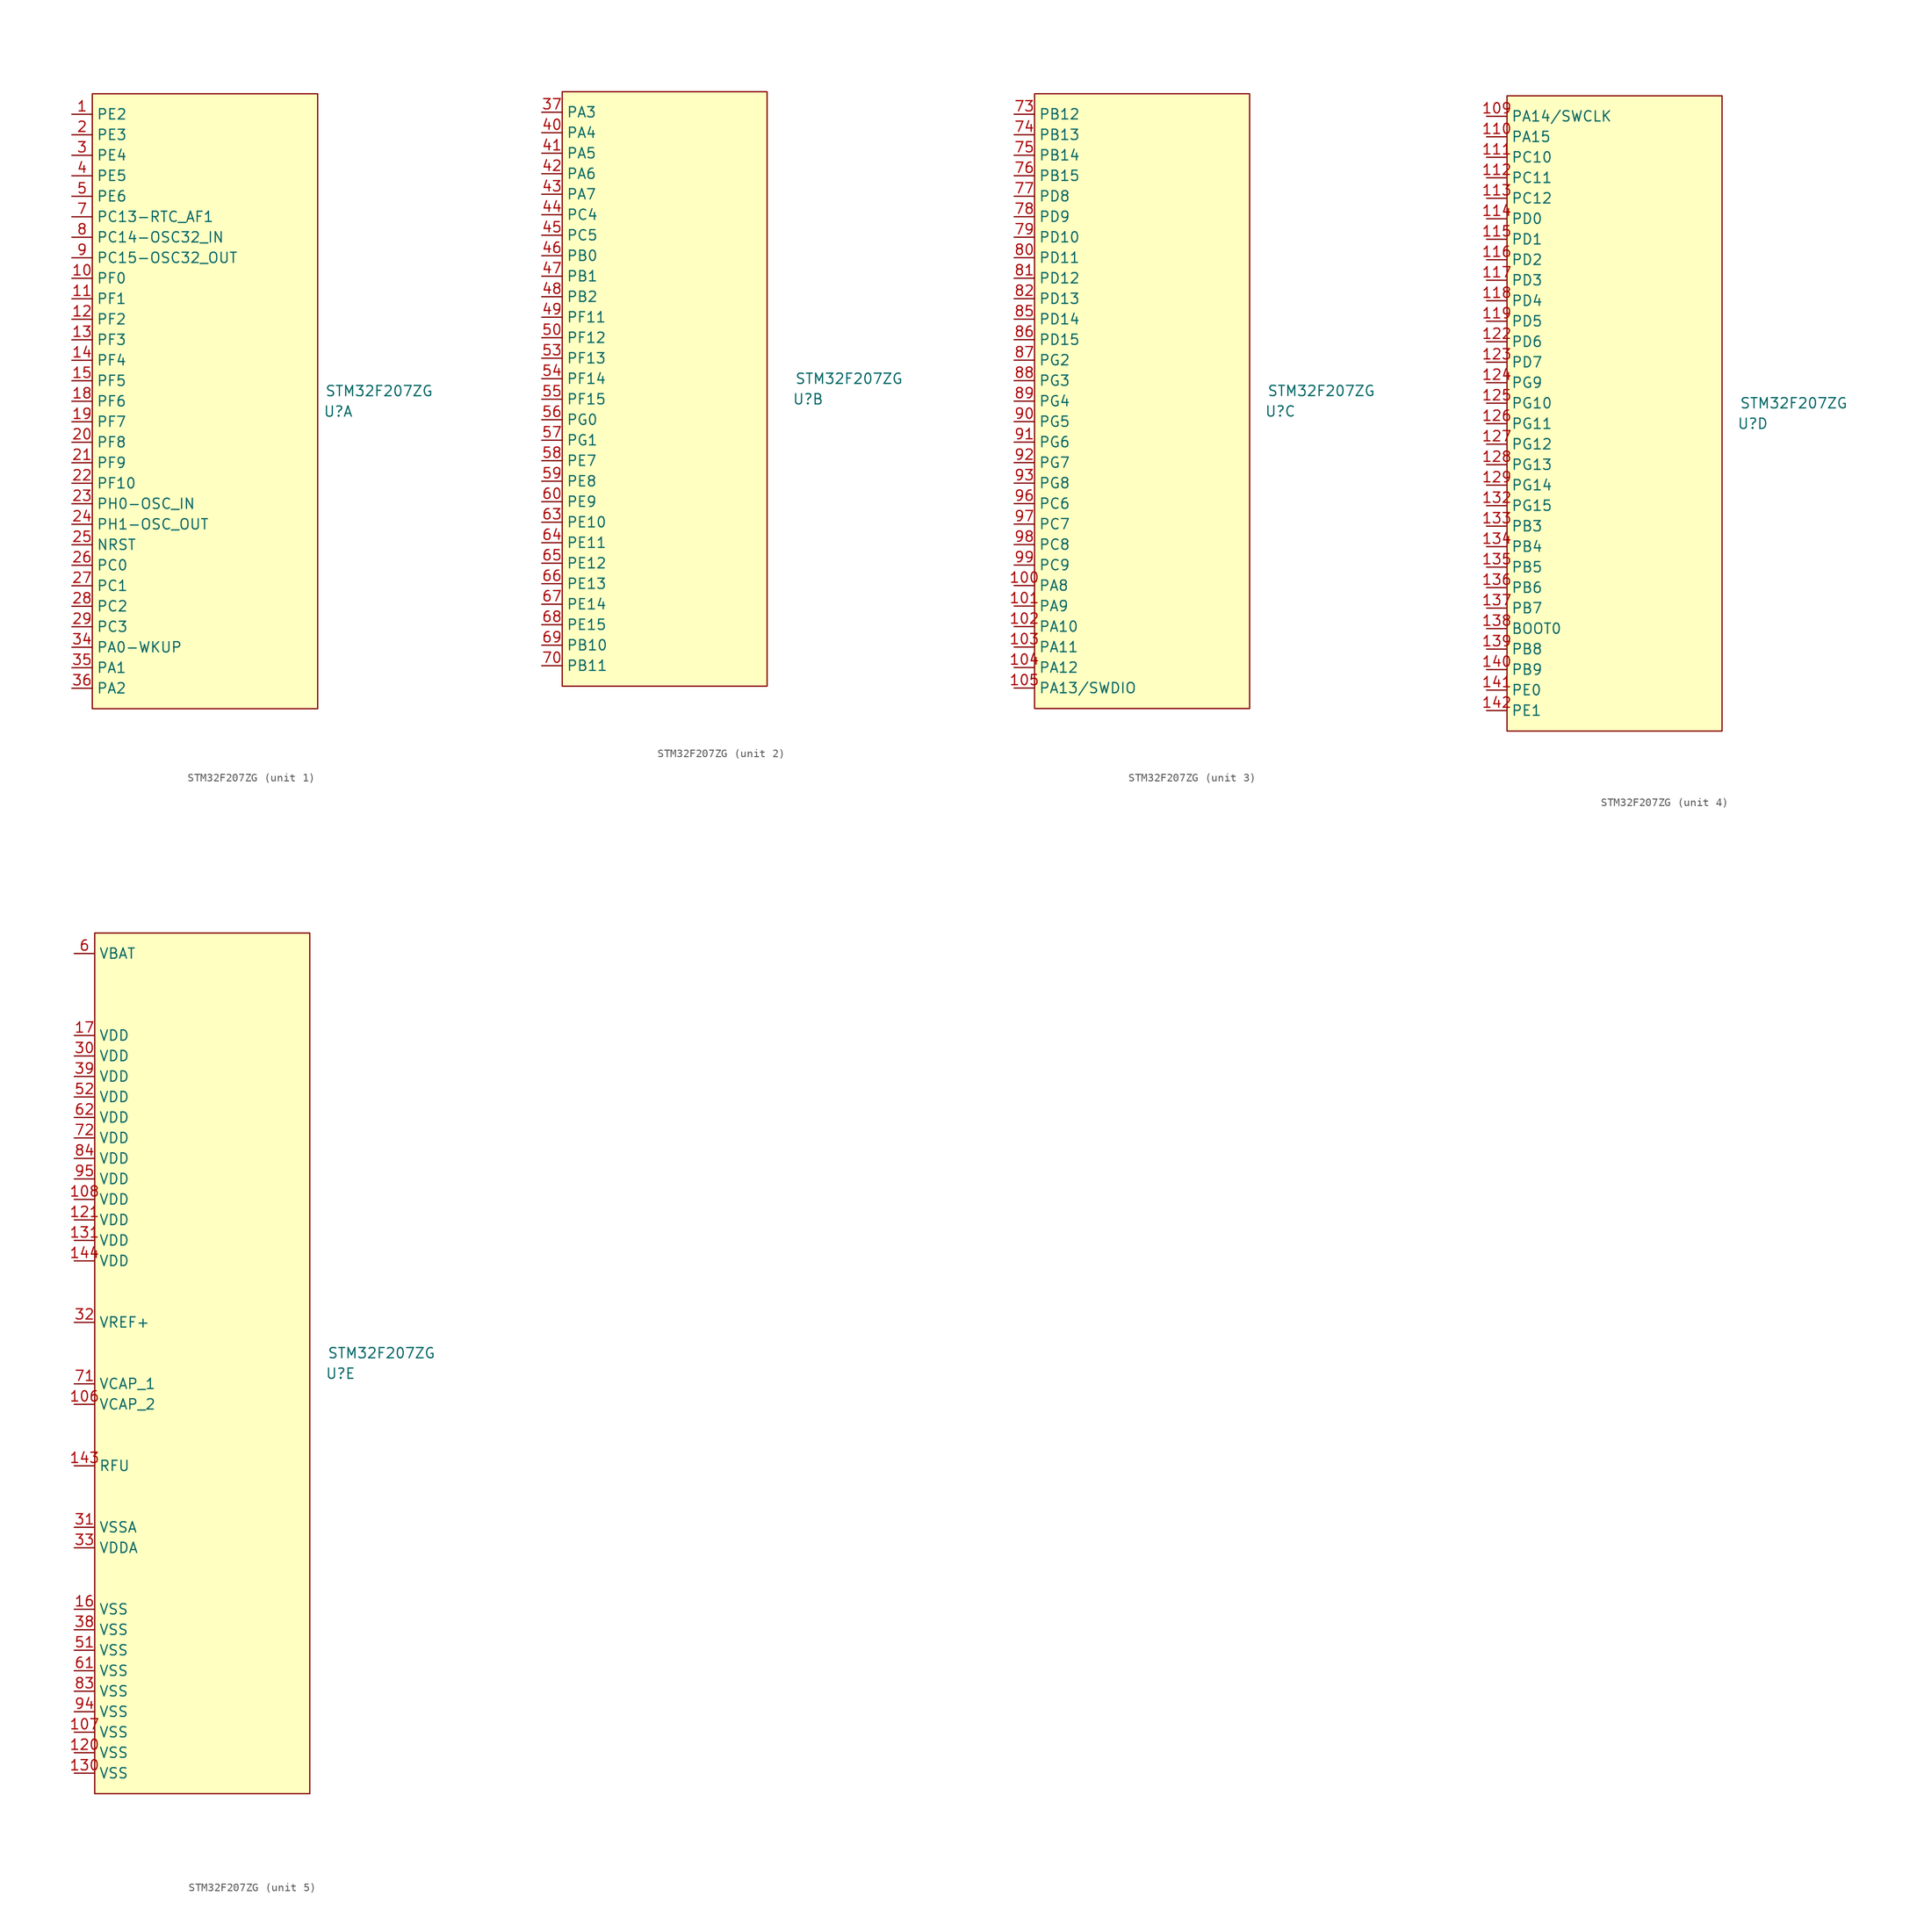
<source format=kicad_sym>
(kicad_symbol_lib
  (version 20231120)
  (generator "kicad_symbol_editor")
  (generator_version "8.0")
  (symbol "STM32F207ZG"
    (property "Reference" "U"
      (at 30.48 -1.27 0)
      (effects (font (size 1.27 1.27))))
    (property "Value" "STM32F207ZG"
      (at 35.56 1.27 0)
      (effects (font (size 1.27 1.27))))
    (property "ki_locked" ""
      (at 0 0 0)
      (effects (font (size 1.27 1.27))))
    (symbol "STM32F207ZG_1_0"
      (pin unspecified line (at -2.54 35.56 0) (length 2.54) (name "PE2" (effects (font (size 1.27 1.27)))) (number "1" (effects (font (size 1.27 1.27)))))
      (pin unspecified line (at -2.54 15.24 0) (length 2.54) (name "PF0" (effects (font (size 1.27 1.27)))) (number "10" (effects (font (size 1.27 1.27)))))
      (pin unspecified line (at -2.54 12.7 0) (length 2.54) (name "PF1" (effects (font (size 1.27 1.27)))) (number "11" (effects (font (size 1.27 1.27)))))
      (pin unspecified line (at -2.54 10.16 0) (length 2.54) (name "PF2" (effects (font (size 1.27 1.27)))) (number "12" (effects (font (size 1.27 1.27)))))
      (pin unspecified line (at -2.54 7.62 0) (length 2.54) (name "PF3" (effects (font (size 1.27 1.27)))) (number "13" (effects (font (size 1.27 1.27)))))
      (pin unspecified line (at -2.54 5.08 0) (length 2.54) (name "PF4" (effects (font (size 1.27 1.27)))) (number "14" (effects (font (size 1.27 1.27)))))
      (pin unspecified line (at -2.54 2.54 0) (length 2.54) (name "PF5" (effects (font (size 1.27 1.27)))) (number "15" (effects (font (size 1.27 1.27)))))
      (pin unspecified line (at -2.54 0 0) (length 2.54) (name "PF6" (effects (font (size 1.27 1.27)))) (number "18" (effects (font (size 1.27 1.27)))))
      (pin unspecified line (at -2.54 -2.54 0) (length 2.54) (name "PF7" (effects (font (size 1.27 1.27)))) (number "19" (effects (font (size 1.27 1.27)))))
      (pin unspecified line (at -2.54 33.02 0) (length 2.54) (name "PE3" (effects (font (size 1.27 1.27)))) (number "2" (effects (font (size 1.27 1.27)))))
      (pin unspecified line (at -2.54 -5.08 0) (length 2.54) (name "PF8" (effects (font (size 1.27 1.27)))) (number "20" (effects (font (size 1.27 1.27)))))
      (pin unspecified line (at -2.54 -7.62 0) (length 2.54) (name "PF9" (effects (font (size 1.27 1.27)))) (number "21" (effects (font (size 1.27 1.27)))))
      (pin unspecified line (at -2.54 -10.16 0) (length 2.54) (name "PF10" (effects (font (size 1.27 1.27)))) (number "22" (effects (font (size 1.27 1.27)))))
      (pin unspecified line (at -2.54 -12.7 0) (length 2.54) (name "PH0-OSC_IN" (effects (font (size 1.27 1.27)))) (number "23" (effects (font (size 1.27 1.27)))))
      (pin unspecified line (at -2.54 -15.24 0) (length 2.54) (name "PH1-OSC_OUT" (effects (font (size 1.27 1.27)))) (number "24" (effects (font (size 1.27 1.27)))))
      (pin unspecified line (at -2.54 -17.78 0) (length 2.54) (name "NRST" (effects (font (size 1.27 1.27)))) (number "25" (effects (font (size 1.27 1.27)))))
      (pin unspecified line (at -2.54 -20.32 0) (length 2.54) (name "PC0" (effects (font (size 1.27 1.27)))) (number "26" (effects (font (size 1.27 1.27)))))
      (pin unspecified line (at -2.54 -22.86 0) (length 2.54) (name "PC1" (effects (font (size 1.27 1.27)))) (number "27" (effects (font (size 1.27 1.27)))))
      (pin unspecified line (at -2.54 -25.4 0) (length 2.54) (name "PC2" (effects (font (size 1.27 1.27)))) (number "28" (effects (font (size 1.27 1.27)))))
      (pin unspecified line (at -2.54 -27.94 0) (length 2.54) (name "PC3" (effects (font (size 1.27 1.27)))) (number "29" (effects (font (size 1.27 1.27)))))
      (pin unspecified line (at -2.54 30.48 0) (length 2.54) (name "PE4" (effects (font (size 1.27 1.27)))) (number "3" (effects (font (size 1.27 1.27)))))
      (pin unspecified line (at -2.54 -30.48 0) (length 2.54) (name "PA0-WKUP" (effects (font (size 1.27 1.27)))) (number "34" (effects (font (size 1.27 1.27)))))
      (pin unspecified line (at -2.54 -33.02 0) (length 2.54) (name "PA1" (effects (font (size 1.27 1.27)))) (number "35" (effects (font (size 1.27 1.27)))))
      (pin unspecified line (at -2.54 -35.56 0) (length 2.54) (name "PA2" (effects (font (size 1.27 1.27)))) (number "36" (effects (font (size 1.27 1.27)))))
      (pin unspecified line (at -2.54 27.94 0) (length 2.54) (name "PE5" (effects (font (size 1.27 1.27)))) (number "4" (effects (font (size 1.27 1.27)))))
      (pin unspecified line (at -2.54 25.4 0) (length 2.54) (name "PE6" (effects (font (size 1.27 1.27)))) (number "5" (effects (font (size 1.27 1.27)))))
      (pin unspecified line (at -2.54 22.86 0) (length 2.54) (name "PC13-RTC_AF1" (effects (font (size 1.27 1.27)))) (number "7" (effects (font (size 1.27 1.27)))))
      (pin unspecified line (at -2.54 20.32 0) (length 2.54) (name "PC14-OSC32_IN" (effects (font (size 1.27 1.27)))) (number "8" (effects (font (size 1.27 1.27)))))
      (pin unspecified line (at -2.54 17.78 0) (length 2.54) (name "PC15-OSC32_OUT" (effects (font (size 1.27 1.27)))) (number "9" (effects (font (size 1.27 1.27))))))
    (symbol "STM32F207ZG_1_1"
      (rectangle (start 0 38.1) (end 27.94 -38.1) (stroke (width 0) (type default)) (fill (type background))))
    (symbol "STM32F207ZG_2_0"
      (pin unspecified line (at -2.54 34.29 0) (length 2.54) (name "PA3" (effects (font (size 1.27 1.27)))) (number "37" (effects (font (size 1.27 1.27)))))
      (pin unspecified line (at -2.54 31.75 0) (length 2.54) (name "PA4" (effects (font (size 1.27 1.27)))) (number "40" (effects (font (size 1.27 1.27)))))
      (pin unspecified line (at -2.54 29.21 0) (length 2.54) (name "PA5" (effects (font (size 1.27 1.27)))) (number "41" (effects (font (size 1.27 1.27)))))
      (pin unspecified line (at -2.54 26.67 0) (length 2.54) (name "PA6" (effects (font (size 1.27 1.27)))) (number "42" (effects (font (size 1.27 1.27)))))
      (pin unspecified line (at -2.54 24.13 0) (length 2.54) (name "PA7" (effects (font (size 1.27 1.27)))) (number "43" (effects (font (size 1.27 1.27)))))
      (pin unspecified line (at -2.54 21.59 0) (length 2.54) (name "PC4" (effects (font (size 1.27 1.27)))) (number "44" (effects (font (size 1.27 1.27)))))
      (pin unspecified line (at -2.54 19.05 0) (length 2.54) (name "PC5" (effects (font (size 1.27 1.27)))) (number "45" (effects (font (size 1.27 1.27)))))
      (pin unspecified line (at -2.54 16.51 0) (length 2.54) (name "PB0" (effects (font (size 1.27 1.27)))) (number "46" (effects (font (size 1.27 1.27)))))
      (pin unspecified line (at -2.54 13.97 0) (length 2.54) (name "PB1" (effects (font (size 1.27 1.27)))) (number "47" (effects (font (size 1.27 1.27)))))
      (pin unspecified line (at -2.54 11.43 0) (length 2.54) (name "PB2" (effects (font (size 1.27 1.27)))) (number "48" (effects (font (size 1.27 1.27)))))
      (pin unspecified line (at -2.54 8.89 0) (length 2.54) (name "PF11" (effects (font (size 1.27 1.27)))) (number "49" (effects (font (size 1.27 1.27)))))
      (pin unspecified line (at -2.54 6.35 0) (length 2.54) (name "PF12" (effects (font (size 1.27 1.27)))) (number "50" (effects (font (size 1.27 1.27)))))
      (pin unspecified line (at -2.54 3.81 0) (length 2.54) (name "PF13" (effects (font (size 1.27 1.27)))) (number "53" (effects (font (size 1.27 1.27)))))
      (pin unspecified line (at -2.54 1.27 0) (length 2.54) (name "PF14" (effects (font (size 1.27 1.27)))) (number "54" (effects (font (size 1.27 1.27)))))
      (pin unspecified line (at -2.54 -1.27 0) (length 2.54) (name "PF15" (effects (font (size 1.27 1.27)))) (number "55" (effects (font (size 1.27 1.27)))))
      (pin unspecified line (at -2.54 -3.81 0) (length 2.54) (name "PG0" (effects (font (size 1.27 1.27)))) (number "56" (effects (font (size 1.27 1.27)))))
      (pin unspecified line (at -2.54 -6.35 0) (length 2.54) (name "PG1" (effects (font (size 1.27 1.27)))) (number "57" (effects (font (size 1.27 1.27)))))
      (pin unspecified line (at -2.54 -8.89 0) (length 2.54) (name "PE7" (effects (font (size 1.27 1.27)))) (number "58" (effects (font (size 1.27 1.27)))))
      (pin unspecified line (at -2.54 -11.43 0) (length 2.54) (name "PE8" (effects (font (size 1.27 1.27)))) (number "59" (effects (font (size 1.27 1.27)))))
      (pin unspecified line (at -2.54 -13.97 0) (length 2.54) (name "PE9" (effects (font (size 1.27 1.27)))) (number "60" (effects (font (size 1.27 1.27)))))
      (pin unspecified line (at -2.54 -16.51 0) (length 2.54) (name "PE10" (effects (font (size 1.27 1.27)))) (number "63" (effects (font (size 1.27 1.27)))))
      (pin unspecified line (at -2.54 -19.05 0) (length 2.54) (name "PE11" (effects (font (size 1.27 1.27)))) (number "64" (effects (font (size 1.27 1.27)))))
      (pin unspecified line (at -2.54 -21.59 0) (length 2.54) (name "PE12" (effects (font (size 1.27 1.27)))) (number "65" (effects (font (size 1.27 1.27)))))
      (pin unspecified line (at -2.54 -24.13 0) (length 2.54) (name "PE13" (effects (font (size 1.27 1.27)))) (number "66" (effects (font (size 1.27 1.27)))))
      (pin unspecified line (at -2.54 -26.67 0) (length 2.54) (name "PE14" (effects (font (size 1.27 1.27)))) (number "67" (effects (font (size 1.27 1.27)))))
      (pin unspecified line (at -2.54 -29.21 0) (length 2.54) (name "PE15" (effects (font (size 1.27 1.27)))) (number "68" (effects (font (size 1.27 1.27)))))
      (pin unspecified line (at -2.54 -31.75 0) (length 2.54) (name "PB10" (effects (font (size 1.27 1.27)))) (number "69" (effects (font (size 1.27 1.27)))))
      (pin unspecified line (at -2.54 -34.29 0) (length 2.54) (name "PB11" (effects (font (size 1.27 1.27)))) (number "70" (effects (font (size 1.27 1.27))))))
    (symbol "STM32F207ZG_2_1"
      (rectangle (start 0 36.83) (end 25.4 -36.83) (stroke (width 0) (type default)) (fill (type background))))
    (symbol "STM32F207ZG_3_0"
      (pin unspecified line (at -2.54 -22.86 0) (length 2.54) (name "PA8" (effects (font (size 1.27 1.27)))) (number "100" (effects (font (size 1.27 1.27)))))
      (pin unspecified line (at -2.54 -25.4 0) (length 2.54) (name "PA9" (effects (font (size 1.27 1.27)))) (number "101" (effects (font (size 1.27 1.27)))))
      (pin unspecified line (at -2.54 -27.94 0) (length 2.54) (name "PA10" (effects (font (size 1.27 1.27)))) (number "102" (effects (font (size 1.27 1.27)))))
      (pin unspecified line (at -2.54 -30.48 0) (length 2.54) (name "PA11" (effects (font (size 1.27 1.27)))) (number "103" (effects (font (size 1.27 1.27)))))
      (pin unspecified line (at -2.54 -33.02 0) (length 2.54) (name "PA12" (effects (font (size 1.27 1.27)))) (number "104" (effects (font (size 1.27 1.27)))))
      (pin unspecified line (at -2.54 -35.56 0) (length 2.54) (name "PA13/SWDIO" (effects (font (size 1.27 1.27)))) (number "105" (effects (font (size 1.27 1.27)))))
      (pin unspecified line (at -2.54 35.56 0) (length 2.54) (name "PB12" (effects (font (size 1.27 1.27)))) (number "73" (effects (font (size 1.27 1.27)))))
      (pin unspecified line (at -2.54 33.02 0) (length 2.54) (name "PB13" (effects (font (size 1.27 1.27)))) (number "74" (effects (font (size 1.27 1.27)))))
      (pin unspecified line (at -2.54 30.48 0) (length 2.54) (name "PB14" (effects (font (size 1.27 1.27)))) (number "75" (effects (font (size 1.27 1.27)))))
      (pin unspecified line (at -2.54 27.94 0) (length 2.54) (name "PB15" (effects (font (size 1.27 1.27)))) (number "76" (effects (font (size 1.27 1.27)))))
      (pin unspecified line (at -2.54 25.4 0) (length 2.54) (name "PD8" (effects (font (size 1.27 1.27)))) (number "77" (effects (font (size 1.27 1.27)))))
      (pin unspecified line (at -2.54 22.86 0) (length 2.54) (name "PD9" (effects (font (size 1.27 1.27)))) (number "78" (effects (font (size 1.27 1.27)))))
      (pin unspecified line (at -2.54 20.32 0) (length 2.54) (name "PD10" (effects (font (size 1.27 1.27)))) (number "79" (effects (font (size 1.27 1.27)))))
      (pin unspecified line (at -2.54 17.78 0) (length 2.54) (name "PD11" (effects (font (size 1.27 1.27)))) (number "80" (effects (font (size 1.27 1.27)))))
      (pin unspecified line (at -2.54 15.24 0) (length 2.54) (name "PD12" (effects (font (size 1.27 1.27)))) (number "81" (effects (font (size 1.27 1.27)))))
      (pin unspecified line (at -2.54 12.7 0) (length 2.54) (name "PD13" (effects (font (size 1.27 1.27)))) (number "82" (effects (font (size 1.27 1.27)))))
      (pin unspecified line (at -2.54 10.16 0) (length 2.54) (name "PD14" (effects (font (size 1.27 1.27)))) (number "85" (effects (font (size 1.27 1.27)))))
      (pin unspecified line (at -2.54 7.62 0) (length 2.54) (name "PD15" (effects (font (size 1.27 1.27)))) (number "86" (effects (font (size 1.27 1.27)))))
      (pin unspecified line (at -2.54 5.08 0) (length 2.54) (name "PG2" (effects (font (size 1.27 1.27)))) (number "87" (effects (font (size 1.27 1.27)))))
      (pin unspecified line (at -2.54 2.54 0) (length 2.54) (name "PG3" (effects (font (size 1.27 1.27)))) (number "88" (effects (font (size 1.27 1.27)))))
      (pin unspecified line (at -2.54 0 0) (length 2.54) (name "PG4" (effects (font (size 1.27 1.27)))) (number "89" (effects (font (size 1.27 1.27)))))
      (pin unspecified line (at -2.54 -2.54 0) (length 2.54) (name "PG5" (effects (font (size 1.27 1.27)))) (number "90" (effects (font (size 1.27 1.27)))))
      (pin unspecified line (at -2.54 -5.08 0) (length 2.54) (name "PG6" (effects (font (size 1.27 1.27)))) (number "91" (effects (font (size 1.27 1.27)))))
      (pin unspecified line (at -2.54 -7.62 0) (length 2.54) (name "PG7" (effects (font (size 1.27 1.27)))) (number "92" (effects (font (size 1.27 1.27)))))
      (pin unspecified line (at -2.54 -10.16 0) (length 2.54) (name "PG8" (effects (font (size 1.27 1.27)))) (number "93" (effects (font (size 1.27 1.27)))))
      (pin unspecified line (at -2.54 -12.7 0) (length 2.54) (name "PC6" (effects (font (size 1.27 1.27)))) (number "96" (effects (font (size 1.27 1.27)))))
      (pin unspecified line (at -2.54 -15.24 0) (length 2.54) (name "PC7" (effects (font (size 1.27 1.27)))) (number "97" (effects (font (size 1.27 1.27)))))
      (pin unspecified line (at -2.54 -17.78 0) (length 2.54) (name "PC8" (effects (font (size 1.27 1.27)))) (number "98" (effects (font (size 1.27 1.27)))))
      (pin unspecified line (at -2.54 -20.32 0) (length 2.54) (name "PC9" (effects (font (size 1.27 1.27)))) (number "99" (effects (font (size 1.27 1.27))))))
    (symbol "STM32F207ZG_3_1"
      (rectangle (start 0 38.1) (end 26.67 -38.1) (stroke (width 0) (type default)) (fill (type background))))
    (symbol "STM32F207ZG_4_0"
      (pin unspecified line (at -2.54 36.83 0) (length 2.54) (name "PA14/SWCLK" (effects (font (size 1.27 1.27)))) (number "109" (effects (font (size 1.27 1.27)))))
      (pin unspecified line (at -2.54 34.29 0) (length 2.54) (name "PA15" (effects (font (size 1.27 1.27)))) (number "110" (effects (font (size 1.27 1.27)))))
      (pin unspecified line (at -2.54 31.75 0) (length 2.54) (name "PC10" (effects (font (size 1.27 1.27)))) (number "111" (effects (font (size 1.27 1.27)))))
      (pin unspecified line (at -2.54 29.21 0) (length 2.54) (name "PC11" (effects (font (size 1.27 1.27)))) (number "112" (effects (font (size 1.27 1.27)))))
      (pin unspecified line (at -2.54 26.67 0) (length 2.54) (name "PC12" (effects (font (size 1.27 1.27)))) (number "113" (effects (font (size 1.27 1.27)))))
      (pin unspecified line (at -2.54 24.13 0) (length 2.54) (name "PD0" (effects (font (size 1.27 1.27)))) (number "114" (effects (font (size 1.27 1.27)))))
      (pin unspecified line (at -2.54 21.59 0) (length 2.54) (name "PD1" (effects (font (size 1.27 1.27)))) (number "115" (effects (font (size 1.27 1.27)))))
      (pin unspecified line (at -2.54 19.05 0) (length 2.54) (name "PD2" (effects (font (size 1.27 1.27)))) (number "116" (effects (font (size 1.27 1.27)))))
      (pin unspecified line (at -2.54 16.51 0) (length 2.54) (name "PD3" (effects (font (size 1.27 1.27)))) (number "117" (effects (font (size 1.27 1.27)))))
      (pin unspecified line (at -2.54 13.97 0) (length 2.54) (name "PD4" (effects (font (size 1.27 1.27)))) (number "118" (effects (font (size 1.27 1.27)))))
      (pin unspecified line (at -2.54 11.43 0) (length 2.54) (name "PD5" (effects (font (size 1.27 1.27)))) (number "119" (effects (font (size 1.27 1.27)))))
      (pin unspecified line (at -2.54 8.89 0) (length 2.54) (name "PD6" (effects (font (size 1.27 1.27)))) (number "122" (effects (font (size 1.27 1.27)))))
      (pin unspecified line (at -2.54 6.35 0) (length 2.54) (name "PD7" (effects (font (size 1.27 1.27)))) (number "123" (effects (font (size 1.27 1.27)))))
      (pin unspecified line (at -2.54 3.81 0) (length 2.54) (name "PG9" (effects (font (size 1.27 1.27)))) (number "124" (effects (font (size 1.27 1.27)))))
      (pin unspecified line (at -2.54 1.27 0) (length 2.54) (name "PG10" (effects (font (size 1.27 1.27)))) (number "125" (effects (font (size 1.27 1.27)))))
      (pin unspecified line (at -2.54 -1.27 0) (length 2.54) (name "PG11" (effects (font (size 1.27 1.27)))) (number "126" (effects (font (size 1.27 1.27)))))
      (pin unspecified line (at -2.54 -3.81 0) (length 2.54) (name "PG12" (effects (font (size 1.27 1.27)))) (number "127" (effects (font (size 1.27 1.27)))))
      (pin unspecified line (at -2.54 -6.35 0) (length 2.54) (name "PG13" (effects (font (size 1.27 1.27)))) (number "128" (effects (font (size 1.27 1.27)))))
      (pin unspecified line (at -2.54 -8.89 0) (length 2.54) (name "PG14" (effects (font (size 1.27 1.27)))) (number "129" (effects (font (size 1.27 1.27)))))
      (pin unspecified line (at -2.54 -11.43 0) (length 2.54) (name "PG15" (effects (font (size 1.27 1.27)))) (number "132" (effects (font (size 1.27 1.27)))))
      (pin unspecified line (at -2.54 -13.97 0) (length 2.54) (name "PB3" (effects (font (size 1.27 1.27)))) (number "133" (effects (font (size 1.27 1.27)))))
      (pin unspecified line (at -2.54 -16.51 0) (length 2.54) (name "PB4" (effects (font (size 1.27 1.27)))) (number "134" (effects (font (size 1.27 1.27)))))
      (pin unspecified line (at -2.54 -19.05 0) (length 2.54) (name "PB5" (effects (font (size 1.27 1.27)))) (number "135" (effects (font (size 1.27 1.27)))))
      (pin unspecified line (at -2.54 -21.59 0) (length 2.54) (name "PB6" (effects (font (size 1.27 1.27)))) (number "136" (effects (font (size 1.27 1.27)))))
      (pin unspecified line (at -2.54 -24.13 0) (length 2.54) (name "PB7" (effects (font (size 1.27 1.27)))) (number "137" (effects (font (size 1.27 1.27)))))
      (pin unspecified line (at -2.54 -26.67 0) (length 2.54) (name "BOOT0" (effects (font (size 1.27 1.27)))) (number "138" (effects (font (size 1.27 1.27)))))
      (pin unspecified line (at -2.54 -29.21 0) (length 2.54) (name "PB8" (effects (font (size 1.27 1.27)))) (number "139" (effects (font (size 1.27 1.27)))))
      (pin unspecified line (at -2.54 -31.75 0) (length 2.54) (name "PB9" (effects (font (size 1.27 1.27)))) (number "140" (effects (font (size 1.27 1.27)))))
      (pin unspecified line (at -2.54 -34.29 0) (length 2.54) (name "PE0" (effects (font (size 1.27 1.27)))) (number "141" (effects (font (size 1.27 1.27)))))
      (pin unspecified line (at -2.54 -36.83 0) (length 2.54) (name "PE1" (effects (font (size 1.27 1.27)))) (number "142" (effects (font (size 1.27 1.27))))))
    (symbol "STM32F207ZG_4_1"
      (rectangle (start 0 39.37) (end 26.67 -39.37) (stroke (width 0) (type default)) (fill (type background))))
    (symbol "STM32F207ZG_5_0"
      (pin unspecified line (at -2.54 -5.08 0) (length 2.54) (name "VCAP_2" (effects (font (size 1.27 1.27)))) (number "106" (effects (font (size 1.27 1.27)))))
      (pin unspecified line (at -2.54 -45.72 0) (length 2.54) (name "VSS" (effects (font (size 1.27 1.27)))) (number "107" (effects (font (size 1.27 1.27)))))
      (pin unspecified line (at -2.54 20.32 0) (length 2.54) (name "VDD" (effects (font (size 1.27 1.27)))) (number "108" (effects (font (size 1.27 1.27)))))
      (pin unspecified line (at -2.54 -48.26 0) (length 2.54) (name "VSS" (effects (font (size 1.27 1.27)))) (number "120" (effects (font (size 1.27 1.27)))))
      (pin unspecified line (at -2.54 17.78 0) (length 2.54) (name "VDD" (effects (font (size 1.27 1.27)))) (number "121" (effects (font (size 1.27 1.27)))))
      (pin unspecified line (at -2.54 -50.8 0) (length 2.54) (name "VSS" (effects (font (size 1.27 1.27)))) (number "130" (effects (font (size 1.27 1.27)))))
      (pin unspecified line (at -2.54 15.24 0) (length 2.54) (name "VDD" (effects (font (size 1.27 1.27)))) (number "131" (effects (font (size 1.27 1.27)))))
      (pin unspecified line (at -2.54 -12.7 0) (length 2.54) (name "RFU" (effects (font (size 1.27 1.27)))) (number "143" (effects (font (size 1.27 1.27)))))
      (pin unspecified line (at -2.54 12.7 0) (length 2.54) (name "VDD" (effects (font (size 1.27 1.27)))) (number "144" (effects (font (size 1.27 1.27)))))
      (pin unspecified line (at -2.54 -30.48 0) (length 2.54) (name "VSS" (effects (font (size 1.27 1.27)))) (number "16" (effects (font (size 1.27 1.27)))))
      (pin unspecified line (at -2.54 40.64 0) (length 2.54) (name "VDD" (effects (font (size 1.27 1.27)))) (number "17" (effects (font (size 1.27 1.27)))))
      (pin unspecified line (at -2.54 38.1 0) (length 2.54) (name "VDD" (effects (font (size 1.27 1.27)))) (number "30" (effects (font (size 1.27 1.27)))))
      (pin unspecified line (at -2.54 -20.32 0) (length 2.54) (name "VSSA" (effects (font (size 1.27 1.27)))) (number "31" (effects (font (size 1.27 1.27)))))
      (pin unspecified line (at -2.54 5.08 0) (length 2.54) (name "VREF+" (effects (font (size 1.27 1.27)))) (number "32" (effects (font (size 1.27 1.27)))))
      (pin unspecified line (at -2.54 -22.86 0) (length 2.54) (name "VDDA" (effects (font (size 1.27 1.27)))) (number "33" (effects (font (size 1.27 1.27)))))
      (pin unspecified line (at -2.54 -33.02 0) (length 2.54) (name "VSS" (effects (font (size 1.27 1.27)))) (number "38" (effects (font (size 1.27 1.27)))))
      (pin unspecified line (at -2.54 35.56 0) (length 2.54) (name "VDD" (effects (font (size 1.27 1.27)))) (number "39" (effects (font (size 1.27 1.27)))))
      (pin unspecified line (at -2.54 -35.56 0) (length 2.54) (name "VSS" (effects (font (size 1.27 1.27)))) (number "51" (effects (font (size 1.27 1.27)))))
      (pin unspecified line (at -2.54 33.02 0) (length 2.54) (name "VDD" (effects (font (size 1.27 1.27)))) (number "52" (effects (font (size 1.27 1.27)))))
      (pin unspecified line (at -2.54 50.8 0) (length 2.54) (name "VBAT" (effects (font (size 1.27 1.27)))) (number "6" (effects (font (size 1.27 1.27)))))
      (pin unspecified line (at -2.54 -38.1 0) (length 2.54) (name "VSS" (effects (font (size 1.27 1.27)))) (number "61" (effects (font (size 1.27 1.27)))))
      (pin unspecified line (at -2.54 30.48 0) (length 2.54) (name "VDD" (effects (font (size 1.27 1.27)))) (number "62" (effects (font (size 1.27 1.27)))))
      (pin unspecified line (at -2.54 -2.54 0) (length 2.54) (name "VCAP_1" (effects (font (size 1.27 1.27)))) (number "71" (effects (font (size 1.27 1.27)))))
      (pin unspecified line (at -2.54 27.94 0) (length 2.54) (name "VDD" (effects (font (size 1.27 1.27)))) (number "72" (effects (font (size 1.27 1.27)))))
      (pin unspecified line (at -2.54 -40.64 0) (length 2.54) (name "VSS" (effects (font (size 1.27 1.27)))) (number "83" (effects (font (size 1.27 1.27)))))
      (pin unspecified line (at -2.54 25.4 0) (length 2.54) (name "VDD" (effects (font (size 1.27 1.27)))) (number "84" (effects (font (size 1.27 1.27)))))
      (pin unspecified line (at -2.54 -43.18 0) (length 2.54) (name "VSS" (effects (font (size 1.27 1.27)))) (number "94" (effects (font (size 1.27 1.27)))))
      (pin unspecified line (at -2.54 22.86 0) (length 2.54) (name "VDD" (effects (font (size 1.27 1.27)))) (number "95" (effects (font (size 1.27 1.27))))))
    (symbol "STM32F207ZG_5_1"
      (rectangle (start 0 53.34) (end 26.67 -53.34) (stroke (width 0) (type default)) (fill (type background))))))
</source>
